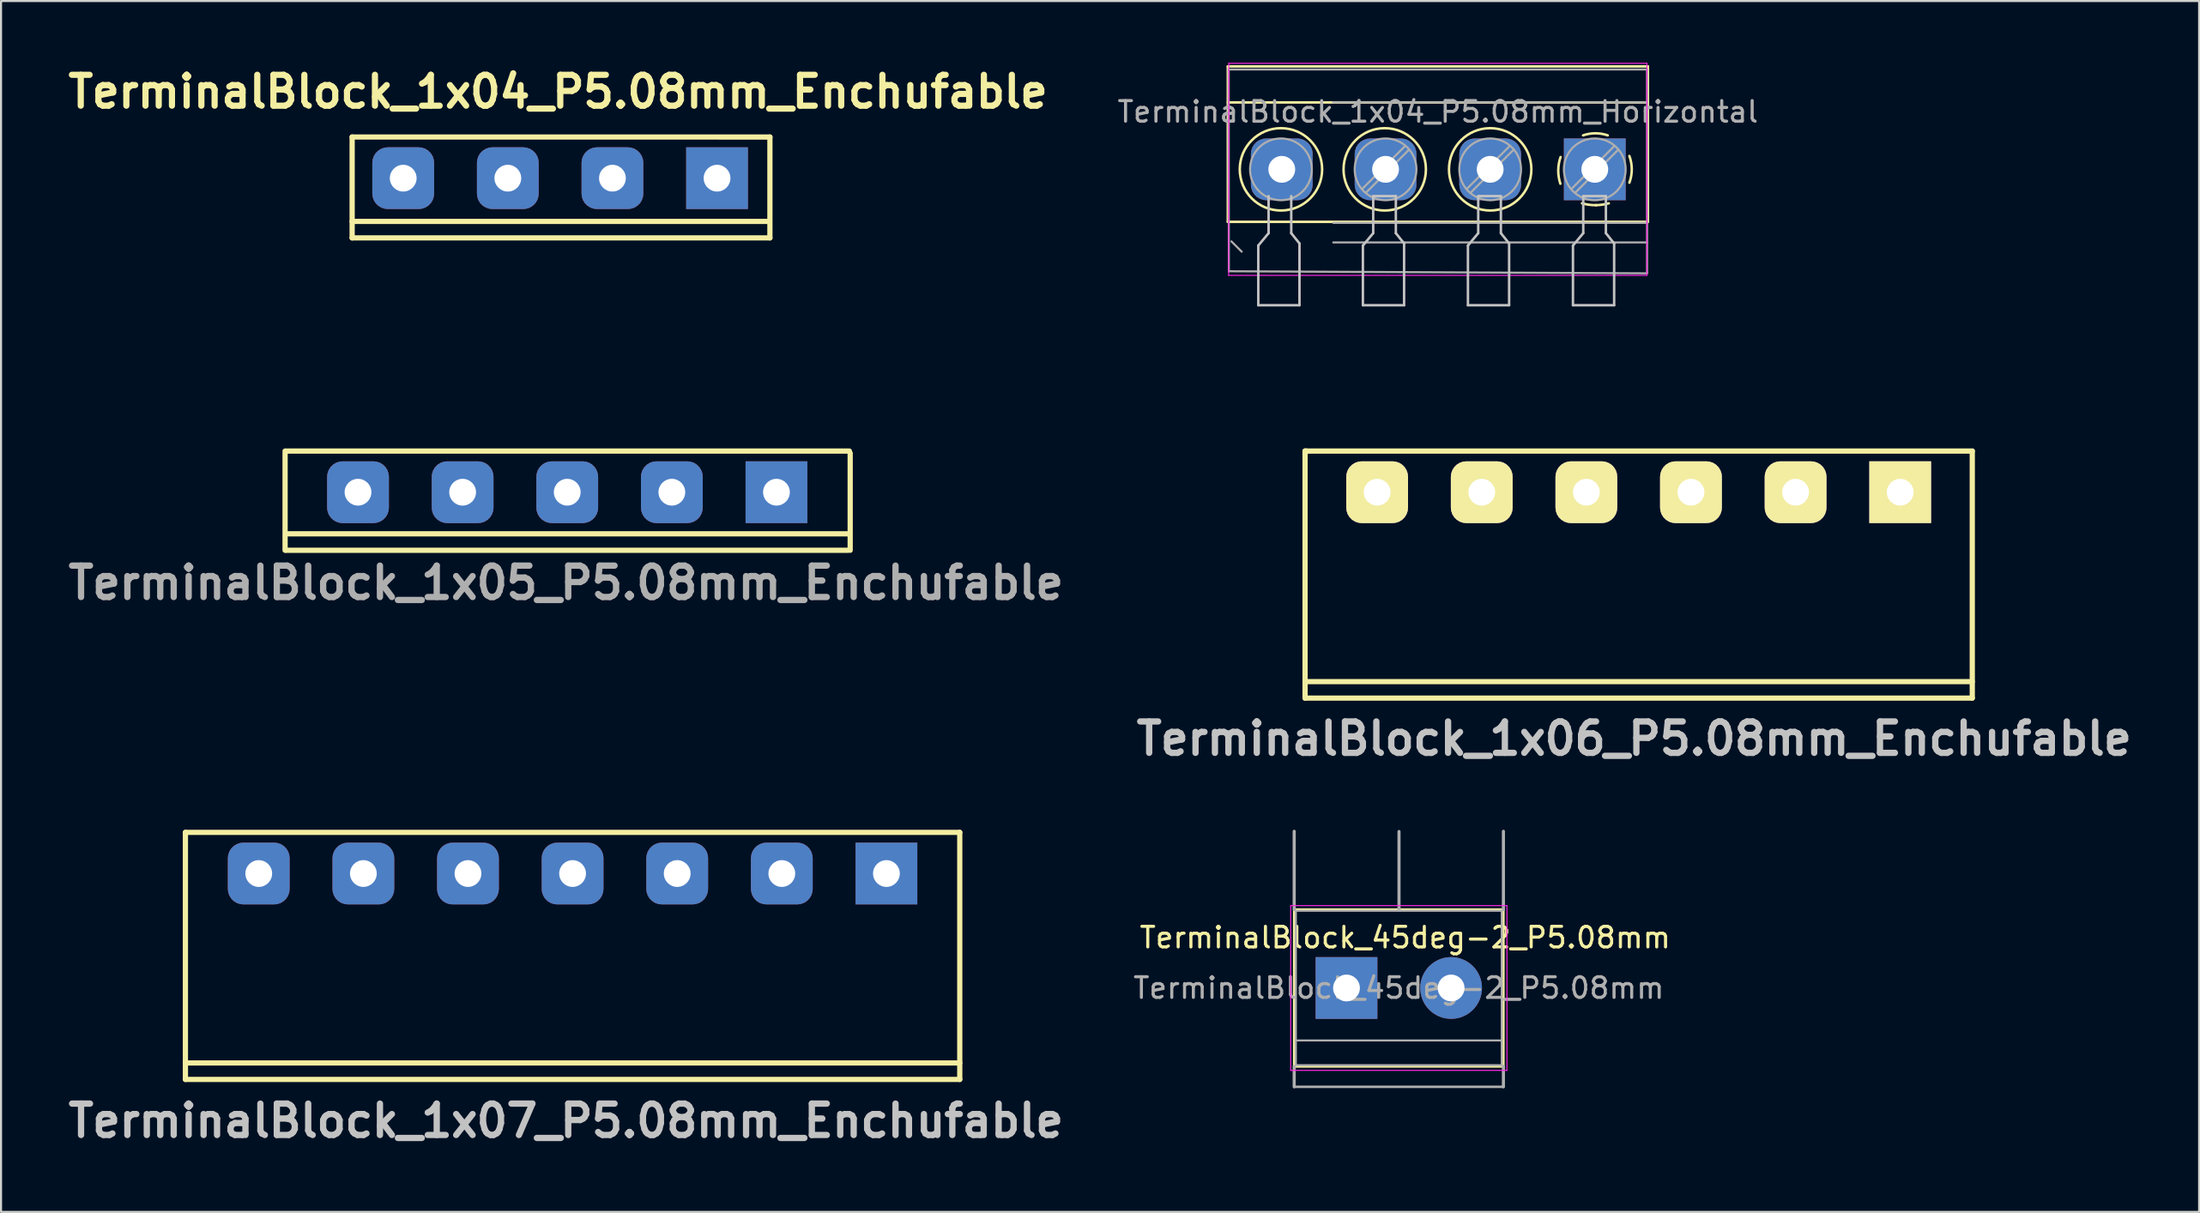
<source format=kicad_pcb>
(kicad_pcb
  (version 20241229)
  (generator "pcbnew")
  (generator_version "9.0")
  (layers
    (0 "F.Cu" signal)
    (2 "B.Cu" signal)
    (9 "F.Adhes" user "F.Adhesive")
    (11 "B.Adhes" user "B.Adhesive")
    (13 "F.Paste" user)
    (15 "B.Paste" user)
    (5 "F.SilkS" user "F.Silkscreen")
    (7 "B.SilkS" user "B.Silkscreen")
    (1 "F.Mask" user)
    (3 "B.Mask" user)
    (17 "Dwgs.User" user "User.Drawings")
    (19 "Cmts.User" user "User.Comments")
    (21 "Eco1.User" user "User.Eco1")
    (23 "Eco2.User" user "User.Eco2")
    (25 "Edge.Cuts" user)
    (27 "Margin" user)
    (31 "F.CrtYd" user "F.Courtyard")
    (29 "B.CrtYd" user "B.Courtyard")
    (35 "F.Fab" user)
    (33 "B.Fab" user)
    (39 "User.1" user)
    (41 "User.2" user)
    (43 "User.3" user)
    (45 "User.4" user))
  (footprint "TerminalBlock_1x05_P5.08mm_Enchufable"
    (layer "F.Cu")
    (at 24.335 20.857)
    (property "Reference" "TerminalBlock_1x05_P5.08mm_Enchufable" (at 0.1 4.4 0) (layer "F.Fab") (effects (font (size 1.524 1.524) (thickness 0.305))))
    (property "Value" "(${VALUE})" (at 0 -4.2 180) (layer "F.SilkS") (hide yes) (effects (font (size 1.5 1.5) (thickness 0.3) (bold yes))))
    (attr through_hole)
    (fp_line (start -13.541 2.82) (end -13.541 -1.899) (stroke (width 0.254) (type solid)) (layer "F.SilkS"))
    (fp_line (start -13.4 2.02) (end 13.8 2.02) (stroke (width 0.254) (type solid)) (layer "F.SilkS"))
    (fp_line (start 13.8 2.82) (end -13.5 2.82) (stroke (width 0.254) (type solid)) (layer "F.SilkS"))
    (fp_line (start 13.861 -1.999) (end -13.541 -1.999) (stroke (width 0.254) (type solid)) (layer "F.SilkS"))
    (fp_line (start 13.9 -1.899) (end 13.9 2.82) (stroke (width 0.254) (type solid)) (layer "F.SilkS"))
    (fp_line (start -13.541 2.92) (end -13.541 10) (stroke (width 0.254) (type solid)) (layer "Eco2.User"))
    (fp_line (start -13.541 9.2) (end 13.861 9.2) (stroke (width 0.254) (type solid)) (layer "Eco2.User"))
    (fp_line (start 13.861 2.82) (end 13.861 10) (stroke (width 0.254) (type solid)) (layer "Eco2.User"))
    (fp_line (start 13.861 10) (end -13.541 10) (stroke (width 0.254) (type solid)) (layer "Eco2.User"))
    (pad "1" thru_hole rect (at 10.32 0 180) (size 3 3) (drill 1.3) (layers "*.Cu" "*.Mask"))
    (pad "2" thru_hole roundrect (at 5.24 0 180) (size 3 3) (drill 1.3) (layers "*.Cu" "*.Mask") (roundrect_rratio 0.25))
    (pad "3" thru_hole roundrect (at 0.16 0 180) (size 3 3) (drill 1.3) (layers "*.Cu" "*.Mask") (roundrect_rratio 0.25))
    (pad "4" thru_hole roundrect (at -4.92 0 180) (size 3 3) (drill 1.3) (layers "*.Cu" "*.Mask") (roundrect_rratio 0.25))
    (pad "5" thru_hole roundrect (at -10 0 180) (size 3 3) (drill 1.3) (layers "*.Cu" "*.Mask") (roundrect_rratio 0.25)))
  (footprint "TerminalBlock_45deg-2_P5.08mm"
    (layer "F.Cu")
    (at 62.336 44.937)
    (property "Reference" "TerminalBlock_45deg-2_P5.08mm" (at 2.85 -2.45 0) (layer "F.SilkS") (effects (font (size 1 1) (thickness 0.15))))
    (attr through_hole)
    (fp_line (start -2.54 -3.81) (end -2.54 3.81) (stroke (width 0.12) (type solid)) (layer "F.SilkS"))
    (fp_line (start -2.54 3.81) (end 7.62 3.81) (stroke (width 0.12) (type solid)) (layer "F.SilkS"))
    (fp_line (start 7.62 -3.81) (end -2.54 -3.81) (stroke (width 0.12) (type solid)) (layer "F.SilkS"))
    (fp_line (start 7.62 3.81) (end 7.62 -3.81) (stroke (width 0.12) (type solid)) (layer "F.SilkS"))
    (fp_line (start -2.71 -4) (end -2.71 4) (stroke (width 0.05) (type solid)) (layer "F.CrtYd"))
    (fp_line (start -2.71 -4) (end 7.79 -4) (stroke (width 0.05) (type solid)) (layer "F.CrtYd"))
    (fp_line (start 7.79 4) (end -2.71 4) (stroke (width 0.05) (type solid)) (layer "F.CrtYd"))
    (fp_line (start 7.79 4) (end 7.79 -4) (stroke (width 0.05) (type solid)) (layer "F.CrtYd"))
    (fp_line (start -2.54 -7.61) (end -2.54 -3.81) (stroke (width 0.15) (type solid)) (layer "F.Fab"))
    (fp_line (start -2.54 3.81) (end -2.54 4.8) (stroke (width 0.15) (type solid)) (layer "F.Fab"))
    (fp_line (start -2.46 -3.75) (end -2.46 3.75) (stroke (width 0.1) (type solid)) (layer "F.Fab"))
    (fp_line (start -2.46 3.75) (end 7.54 3.75) (stroke (width 0.1) (type solid)) (layer "F.Fab"))
    (fp_line (start -2.41 2.55) (end 7.49 2.55) (stroke (width 0.1) (type solid)) (layer "F.Fab"))
    (fp_line (start 2.55 -7.6) (end 2.55 -3.8) (stroke (width 0.15) (type solid)) (layer "F.Fab"))
    (fp_line (start 7.54 -3.75) (end -2.46 -3.75) (stroke (width 0.1) (type solid)) (layer "F.Fab"))
    (fp_line (start 7.54 3.75) (end 7.54 -3.75) (stroke (width 0.1) (type solid)) (layer "F.Fab"))
    (fp_line (start 7.62 -7.61) (end 7.62 -3.81) (stroke (width 0.15) (type solid)) (layer "F.Fab"))
    (fp_line (start 7.62 3.81) (end 7.62 4.8) (stroke (width 0.15) (type solid)) (layer "F.Fab"))
    (fp_line (start 7.62 4.8) (end -2.54 4.8) (stroke (width 0.12) (type solid)) (layer "F.Fab"))
    (fp_text user "${REFERENCE}" (at 2.54 0 0) (layer "F.Fab") (effects (font (size 1 1) (thickness 0.15))))
    (pad "1" thru_hole rect (at 0 0) (size 3 3) (drill 1.3) (layers "*.Cu" "*.Mask"))
    (pad "2" thru_hole circle (at 5.08 0) (size 3 3) (drill 1.3) (layers "*.Cu" "*.Mask")))
  (footprint "TerminalBlock_1x04_P5.08mm_Horizontal"
    (layer "F.Cu")
    (at 66.773 5.175)
    (property "Reference" "TerminalBlock_1x04_P5.08mm_Horizontal" (at 0 -2.794 0) (layer "F.Fab") (effects (font (size 1 1) (thickness 0.15))))
    (property "Value" "(${VALUE})" (at 0 -7.2 0) (layer "F.SilkS") (hide yes) (effects (font (size 1.5 1.5) (thickness 0.3) (bold yes))))
    (attr through_hole)
    (fp_line (start -10.2 -5) (end -10.2 2.55) (stroke (width 0.12) (type solid)) (layer "F.SilkS"))
    (fp_line (start -10.2 -5) (end 10.2 -5) (stroke (width 0.12) (type solid)) (layer "F.SilkS"))
    (fp_line (start -10.2 -3.25) (end 10.15 -3.25) (stroke (width 0.12) (type solid)) (layer "F.SilkS"))
    (fp_line (start -10.2 2.55) (end 10.2 2.55) (stroke (width 0.12) (type solid)) (layer "F.SilkS"))
    (fp_line (start 10.2 -5) (end 10.2 2.55) (stroke (width 0.12) (type solid)) (layer "F.SilkS"))
    (fp_arc (start 5.95 0.7) (mid 5.846231 0.049163) (end 5.96 -0.6) (stroke (width 0.12) (type solid)) (layer "F.SilkS"))
    (fp_arc (start 7.05 -1.65) (mid 7.65 -1.751453) (end 8.25 -1.65) (stroke (width 0.12) (type solid)) (layer "F.SilkS"))
    (fp_arc (start 7.689826 1.739818) (mid 7.341615 1.720239) (end 7 1.65) (stroke (width 0.12) (type solid)) (layer "F.SilkS"))
    (fp_arc (start 8.3 1.65) (mid 7.988845 1.714547) (end 7.672072 1.739818) (stroke (width 0.12) (type solid)) (layer "F.SilkS"))
    (fp_arc (start 9.3 -0.65) (mid 9.415988 0) (end 9.3 0.65) (stroke (width 0.12) (type solid)) (layer "F.SilkS"))
    (fp_circle (center -7.62 0) (end -5.62 0) (stroke (width 0.12) (type solid)) (fill no) (layer "F.SilkS"))
    (fp_circle (center -2.58 0) (end -0.58 0) (stroke (width 0.12) (type solid)) (fill no) (layer "F.SilkS"))
    (fp_circle (center 2.54 0) (end 4.54 0) (stroke (width 0.12) (type solid)) (fill no) (layer "F.SilkS"))
    (fp_line (start -8.72 3.7) (end -8.72 6.6) (stroke (width 0.12) (type solid)) (layer "Dwgs.User"))
    (fp_line (start -8.72 6.6) (end -6.72 6.6) (stroke (width 0.12) (type solid)) (layer "Dwgs.User"))
    (fp_line (start -8.22 1.3) (end -8.22 3.1) (stroke (width 0.12) (type solid)) (layer "Dwgs.User"))
    (fp_line (start -8.22 3.1) (end -8.72 3.7) (stroke (width 0.12) (type solid)) (layer "Dwgs.User"))
    (fp_line (start -7.12 3.1) (end -7.12 1.3) (stroke (width 0.12) (type solid)) (layer "Dwgs.User"))
    (fp_line (start -6.72 3.6) (end -7.12 3.1) (stroke (width 0.12) (type solid)) (layer "Dwgs.User"))
    (fp_line (start -6.72 6.6) (end -6.72 3.6) (stroke (width 0.12) (type solid)) (layer "Dwgs.User"))
    (fp_line (start -3.64 3.7) (end -3.64 6.6) (stroke (width 0.12) (type solid)) (layer "Dwgs.User"))
    (fp_line (start -3.64 6.6) (end -1.64 6.6) (stroke (width 0.12) (type solid)) (layer "Dwgs.User"))
    (fp_line (start -3.14 1.3) (end -3.14 3.1) (stroke (width 0.12) (type solid)) (layer "Dwgs.User"))
    (fp_line (start -3.14 3.1) (end -3.64 3.7) (stroke (width 0.12) (type solid)) (layer "Dwgs.User"))
    (fp_line (start -2.04 1.3) (end -3.14 1.3) (stroke (width 0.12) (type solid)) (layer "Dwgs.User"))
    (fp_line (start -2.04 3.1) (end -2.04 1.3) (stroke (width 0.12) (type solid)) (layer "Dwgs.User"))
    (fp_line (start -1.64 3.6) (end -2.04 3.1) (stroke (width 0.12) (type solid)) (layer "Dwgs.User"))
    (fp_line (start -1.64 6.6) (end -1.64 3.6) (stroke (width 0.12) (type solid)) (layer "Dwgs.User"))
    (fp_line (start 1.46 3.7) (end 1.46 6.6) (stroke (width 0.12) (type solid)) (layer "Dwgs.User"))
    (fp_line (start 1.46 6.6) (end 3.46 6.6) (stroke (width 0.12) (type solid)) (layer "Dwgs.User"))
    (fp_line (start 1.96 1.3) (end 1.96 3.1) (stroke (width 0.12) (type solid)) (layer "Dwgs.User"))
    (fp_line (start 1.96 3.1) (end 1.46 3.7) (stroke (width 0.12) (type solid)) (layer "Dwgs.User"))
    (fp_line (start 3.06 1.3) (end 1.96 1.3) (stroke (width 0.12) (type solid)) (layer "Dwgs.User"))
    (fp_line (start 3.06 3.1) (end 3.06 1.3) (stroke (width 0.12) (type solid)) (layer "Dwgs.User"))
    (fp_line (start 3.46 3.6) (end 3.06 3.1) (stroke (width 0.12) (type solid)) (layer "Dwgs.User"))
    (fp_line (start 3.46 6.6) (end 3.46 3.6) (stroke (width 0.12) (type solid)) (layer "Dwgs.User"))
    (fp_line (start 6.56 3.7) (end 6.56 6.6) (stroke (width 0.12) (type solid)) (layer "Dwgs.User"))
    (fp_line (start 6.56 6.6) (end 8.56 6.6) (stroke (width 0.12) (type solid)) (layer "Dwgs.User"))
    (fp_line (start 7.06 1.3) (end 7.06 3.1) (stroke (width 0.12) (type solid)) (layer "Dwgs.User"))
    (fp_line (start 7.06 3.1) (end 6.56 3.7) (stroke (width 0.12) (type solid)) (layer "Dwgs.User"))
    (fp_line (start 8.16 1.3) (end 7.06 1.3) (stroke (width 0.12) (type solid)) (layer "Dwgs.User"))
    (fp_line (start 8.16 3.1) (end 8.16 1.3) (stroke (width 0.12) (type solid)) (layer "Dwgs.User"))
    (fp_line (start 8.56 3.6) (end 8.16 3.1) (stroke (width 0.12) (type solid)) (layer "Dwgs.User"))
    (fp_line (start 8.56 6.6) (end 8.56 3.6) (stroke (width 0.12) (type solid)) (layer "Dwgs.User"))
    (fp_line (start -10.46 4.58) (end -10.46 5.32) (stroke (width 0.12) (type solid)) (layer "Eco2.User"))
    (fp_line (start -10.45 5.35) (end -9.95 5.35) (stroke (width 0.12) (type solid)) (layer "Eco2.User"))
    (fp_line (start -10.2 3.55) (end 10.15 3.55) (stroke (width 0.12) (type solid)) (layer "Eco2.User"))
    (fp_line (start -10.2 4.95) (end -10.2 2.6) (stroke (width 0.12) (type solid)) (layer "Eco2.User"))
    (fp_line (start -10.16 5.15) (end 10.15 5.15) (stroke (width 0.05) (type solid)) (layer "F.CrtYd"))
    (fp_line (start -10.15 -5.15) (end -10.16 5.15) (stroke (width 0.05) (type solid)) (layer "F.CrtYd"))
    (fp_line (start 10.15 -5.15) (end -10.15 -5.15) (stroke (width 0.05) (type solid)) (layer "F.CrtYd"))
    (fp_line (start 10.15 5.15) (end 10.15 -5.15) (stroke (width 0.05) (type solid)) (layer "F.CrtYd"))
    (fp_line (start -10.16 -4.85) (end 10.16 -4.85) (stroke (width 0.1) (type solid)) (layer "F.Fab"))
    (fp_line (start -10.15 4.95) (end -10.16 -4.85) (stroke (width 0.1) (type solid)) (layer "F.Fab"))
    (fp_line (start -9.525 4) (end -10.025 3.5) (stroke (width 0.1) (type solid)) (layer "F.Fab"))
    (fp_line (start -5.09 -3.25) (end 10.15 -3.25) (stroke (width 0.1) (type solid)) (layer "F.Fab"))
    (fp_line (start -5.08 2.6) (end 10.16 2.6) (stroke (width 0.1) (type solid)) (layer "F.Fab"))
    (fp_line (start -5.08 3.55) (end 10.16 3.55) (stroke (width 0.1) (type solid)) (layer "F.Fab"))
    (fp_line (start -1.585 -1.138) (end -3.678 0.955) (stroke (width 0.1) (type solid)) (layer "F.Fab"))
    (fp_line (start -1.402 -0.955) (end -3.495 1.138) (stroke (width 0.1) (type solid)) (layer "F.Fab"))
    (fp_line (start 3.495 -1.138) (end 1.403 0.955) (stroke (width 0.1) (type solid)) (layer "F.Fab"))
    (fp_line (start 3.678 -0.955) (end 1.586 1.138) (stroke (width 0.1) (type solid)) (layer "F.Fab"))
    (fp_line (start 8.575 -1.138) (end 6.483 0.955) (stroke (width 0.1) (type solid)) (layer "F.Fab"))
    (fp_line (start 8.758 -0.955) (end 6.666 1.138) (stroke (width 0.1) (type solid)) (layer "F.Fab"))
    (fp_line (start 10.16 -4.85) (end 10.16 5.05) (stroke (width 0.1) (type solid)) (layer "F.Fab"))
    (fp_line (start 10.16 5.05) (end -10.15 4.95) (stroke (width 0.1) (type solid)) (layer "F.Fab"))
    (fp_circle (center -7.62 0) (end -6.12 0) (stroke (width 0.1) (type solid)) (fill no) (layer "F.Fab"))
    (fp_circle (center -2.54 0) (end -1.04 0) (stroke (width 0.1) (type solid)) (fill no) (layer "F.Fab"))
    (fp_circle (center 2.54 0) (end 4.04 0) (stroke (width 0.1) (type solid)) (fill no) (layer "F.Fab"))
    (fp_circle (center 7.62 0) (end 9.12 0) (stroke (width 0.1) (type solid)) (fill no) (layer "F.Fab"))
    (pad "1" thru_hole rect (at 7.62 0) (size 3 3) (drill 1.3) (layers "*.Cu" "*.Mask"))
    (pad "2" thru_hole roundrect (at 2.54 0) (size 3 3) (drill 1.3) (layers "*.Cu" "*.Mask") (roundrect_rratio 0.25))
    (pad "3" thru_hole roundrect (at -2.54 0) (size 3 3) (drill 1.3) (layers "*.Cu" "*.Mask") (roundrect_rratio 0.25))
    (pad "4" thru_hole roundrect (at -7.58 0) (size 3 3) (drill 1.3) (layers "*.Cu" "*.Mask") (roundrect_rratio 0.25)))
  (footprint "TerminalBlock_1x07_P5.08mm_Enchufable"
    (layer "F.Cu")
    (at 24.435 47.638)
    (property "Reference" "TerminalBlock_1x07_P5.08mm_Enchufable" (at 0 3.749 0) (layer "Dwgs.User") (effects (font (size 1.524 1.524) (thickness 0.305))))
    (attr through_hole)
    (fp_line (start -18.481 -10.259) (end -18.481 1.74) (stroke (width 0.254) (type solid)) (layer "F.SilkS"))
    (fp_line (start -18.481 0.94) (end 19.121 0.94) (stroke (width 0.254) (type solid)) (layer "F.SilkS"))
    (fp_line (start 19.121 -10.259) (end -18.481 -10.259) (stroke (width 0.254) (type solid)) (layer "F.SilkS"))
    (fp_line (start 19.121 1.74) (end -18.481 1.74) (stroke (width 0.254) (type solid)) (layer "F.SilkS"))
    (fp_line (start 19.121 1.74) (end 19.121 -10.259) (stroke (width 0.254) (type solid)) (layer "F.SilkS"))
    (pad "1" thru_hole rect (at 15.56 -8.26 180) (size 3 3) (drill 1.3) (layers "*.Cu" "*.Mask"))
    (pad "2" thru_hole roundrect (at 10.48 -8.26 180) (size 3 3) (drill 1.3) (layers "*.Cu" "*.Mask") (roundrect_rratio 0.25))
    (pad "3" thru_hole roundrect (at 5.4 -8.26 180) (size 3 3) (drill 1.3) (layers "*.Cu" "*.Mask") (roundrect_rratio 0.25))
    (pad "4" thru_hole roundrect (at 0.32 -8.26 180) (size 3 3) (drill 1.3) (layers "*.Cu" "*.Mask") (roundrect_rratio 0.25))
    (pad "5" thru_hole roundrect (at -4.76 -8.26 180) (size 3 3) (drill 1.3) (layers "*.Cu" "*.Mask") (roundrect_rratio 0.25))
    (pad "6" thru_hole roundrect (at -9.84 -8.26 180) (size 3 3) (drill 1.3) (layers "*.Cu" "*.Mask") (roundrect_rratio 0.25))
    (pad "7" thru_hole roundrect (at -14.92 -8.26 180) (size 3 3) (drill 1.3) (layers "*.Cu" "*.Mask") (roundrect_rratio 0.25)))
  (footprint "TerminalBlock_1x06_P5.08mm_Enchufable"
    (layer "F.Cu")
    (at 76.304 29.077)
    (property "Reference" "TerminalBlock_1x06_P5.08mm_Enchufable" (at 0 3.749 0) (layer "Dwgs.User") (effects (font (size 1.524 1.524) (thickness 0.305))))
    (attr through_hole)
    (fp_line (start -15.98 -10.219) (end -15.881 -10.219) (stroke (width 0.254) (type solid)) (layer "F.SilkS"))
    (fp_line (start -15.98 0.98) (end 16.42 0.98) (stroke (width 0.254) (type solid)) (layer "F.SilkS"))
    (fp_line (start -15.98 1.78) (end -15.98 -10.219) (stroke (width 0.254) (type solid)) (layer "F.SilkS"))
    (fp_line (start 16.42 -10.219) (end -15.98 -10.219) (stroke (width 0.254) (type solid)) (layer "F.SilkS"))
    (fp_line (start 16.42 -10.219) (end 16.42 1.78) (stroke (width 0.254) (type solid)) (layer "F.SilkS"))
    (fp_line (start 16.42 1.78) (end -15.98 1.78) (stroke (width 0.254) (type solid)) (layer "F.SilkS"))
    (pad "1" thru_hole rect (at 12.92 -8.22 180) (size 3 3) (drill 1.3) (layers "*.Cu" "*.Mask" "F.SilkS"))
    (pad "2" thru_hole roundrect (at 7.84 -8.22 180) (size 3 3) (drill 1.3) (layers "*.Cu" "*.Mask" "F.SilkS") (roundrect_rratio 0.25))
    (pad "3" thru_hole roundrect (at 2.76 -8.22 180) (size 3 3) (drill 1.3) (layers "*.Cu" "*.Mask" "F.SilkS") (roundrect_rratio 0.25))
    (pad "4" thru_hole roundrect (at -2.32 -8.22 180) (size 3 3) (drill 1.3) (layers "*.Cu" "*.Mask" "F.SilkS") (roundrect_rratio 0.25))
    (pad "5" thru_hole roundrect (at -7.4 -8.22 180) (size 3 3) (drill 1.3) (layers "*.Cu" "*.Mask" "F.SilkS") (roundrect_rratio 0.25))
    (pad "6" thru_hole roundrect (at -12.48 -8.22 180) (size 3 3) (drill 1.3) (layers "*.Cu" "*.Mask" "F.SilkS") (roundrect_rratio 0.25)))
  (footprint "TerminalBlock_1x04_P5.08mm_Enchufable"
    (layer "F.Cu")
    (at 24.05 5.604)
    (property "Reference" "TerminalBlock_1x04_P5.08mm_Enchufable" (at 0 -4.2 0) (layer "F.SilkS") (effects (font (size 1.5 1.5) (thickness 0.3) (bold yes))))
    (attr through_hole)
    (fp_line (start -10 -2) (end -10 2.9) (stroke (width 0.254) (type solid)) (layer "F.SilkS"))
    (fp_line (start -10 2.9) (end 10.287 2.9) (stroke (width 0.254) (type solid)) (layer "F.SilkS"))
    (fp_line (start 10.2 2.1) (end -10 2.1) (stroke (width 0.254) (type solid)) (layer "F.SilkS"))
    (fp_line (start 10.287 -1.999) (end -10 -2) (stroke (width 0.254) (type solid)) (layer "F.SilkS"))
    (fp_line (start 10.287 -1.999) (end 10.287 2.9) (stroke (width 0.254) (type solid)) (layer "F.SilkS"))
    (fp_line (start -10 10) (end -10 2.9) (stroke (width 0.254) (type solid)) (layer "Eco2.User"))
    (fp_line (start -10 10) (end 10.3 10) (stroke (width 0.254) (type solid)) (layer "Eco2.User"))
    (fp_line (start 10.287 9.2) (end -10 9.2) (stroke (width 0.254) (type solid)) (layer "Eco2.User"))
    (fp_line (start 10.3 10) (end 10.3 2.9) (stroke (width 0.254) (type solid)) (layer "Eco2.User"))
    (pad "1" thru_hole rect (at 7.72 0 180) (size 3 3) (drill 1.3) (layers "*.Cu" "*.Mask"))
    (pad "2" thru_hole roundrect (at 2.64 0 180) (size 3 3) (drill 1.3) (layers "*.Cu" "*.Mask") (roundrect_rratio 0.25))
    (pad "3" thru_hole roundrect (at -2.44 0 180) (size 3 3) (drill 1.3) (layers "*.Cu" "*.Mask") (roundrect_rratio 0.25))
    (pad "4" thru_hole roundrect (at -7.52 0 180) (size 3 3) (drill 1.3) (layers "*.Cu" "*.Mask") (roundrect_rratio 0.25)))
  (gr_rect
    (start -3 -3)
    (end 103.739 55.814)
    (stroke (width 0.1) (type default))
    (fill no)
    (layer "Edge.Cuts")))
</source>
